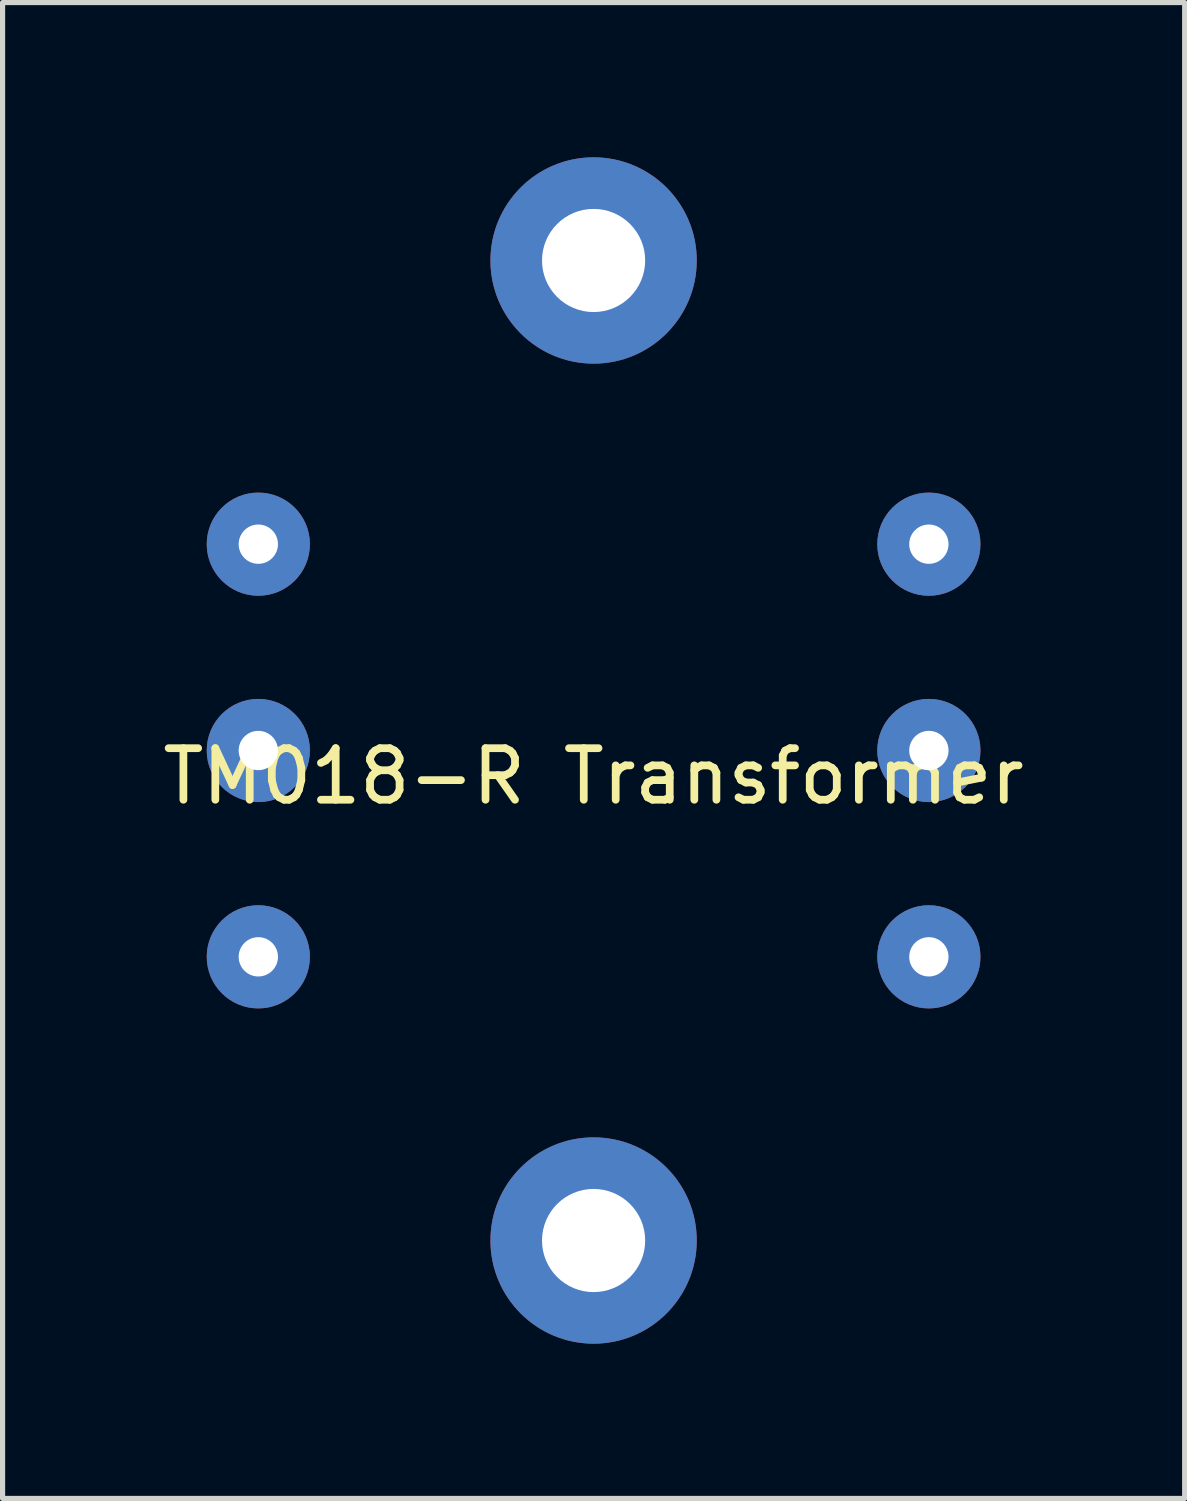
<source format=kicad_pcb>
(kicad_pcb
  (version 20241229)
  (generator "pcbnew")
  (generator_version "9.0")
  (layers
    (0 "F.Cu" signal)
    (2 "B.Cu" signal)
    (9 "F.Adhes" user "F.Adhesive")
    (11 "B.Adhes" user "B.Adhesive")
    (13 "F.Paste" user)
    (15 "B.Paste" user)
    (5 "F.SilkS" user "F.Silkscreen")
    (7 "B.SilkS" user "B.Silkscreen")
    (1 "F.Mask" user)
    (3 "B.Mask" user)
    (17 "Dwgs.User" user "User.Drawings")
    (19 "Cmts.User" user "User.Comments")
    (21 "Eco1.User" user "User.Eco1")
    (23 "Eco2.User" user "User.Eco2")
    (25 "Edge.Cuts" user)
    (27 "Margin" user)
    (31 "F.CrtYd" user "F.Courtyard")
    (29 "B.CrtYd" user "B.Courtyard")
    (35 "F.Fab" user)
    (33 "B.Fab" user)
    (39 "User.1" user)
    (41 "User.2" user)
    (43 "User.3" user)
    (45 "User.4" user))
  (footprint "TM018-R Transformer"
    (layer "F.Cu")
    (at 8.458 11.5)
    (property "Reference" "TM018-R Transformer" (at 0 0.5 0) (layer "F.SilkS") (effects (font (size 1 1) (thickness 0.15))))
    (attr through_hole)
    (pad "" thru_hole circle (at 0 -9.5) (size 4 4) (drill 2) (layers "*.Cu" "*.Mask"))
    (pad "" thru_hole circle (at 0 9.5) (size 4 4) (drill 2) (layers "*.Cu" "*.Mask"))
    (pad "1" thru_hole circle (at -6.5 -4) (size 2 2) (drill 0.762) (layers "*.Cu" "*.Mask"))
    (pad "2" thru_hole circle (at -6.5 0) (size 2 2) (drill 0.762) (layers "*.Cu" "*.Mask"))
    (pad "3" thru_hole circle (at -6.5 4) (size 2 2) (drill 0.762) (layers "*.Cu" "*.Mask"))
    (pad "4" thru_hole circle (at 6.5 -4) (size 2 2) (drill 0.762) (layers "*.Cu" "*.Mask"))
    (pad "5" thru_hole circle (at 6.5 0) (size 2 2) (drill 0.762) (layers "*.Cu" "*.Mask"))
    (pad "6" thru_hole circle (at 6.5 4) (size 2 2) (drill 0.762) (layers "*.Cu" "*.Mask")))
  (gr_rect
    (start -3 -3)
    (end 19.917 26)
    (stroke (width 0.1) (type default))
    (fill no)
    (layer "Edge.Cuts")))
</source>
